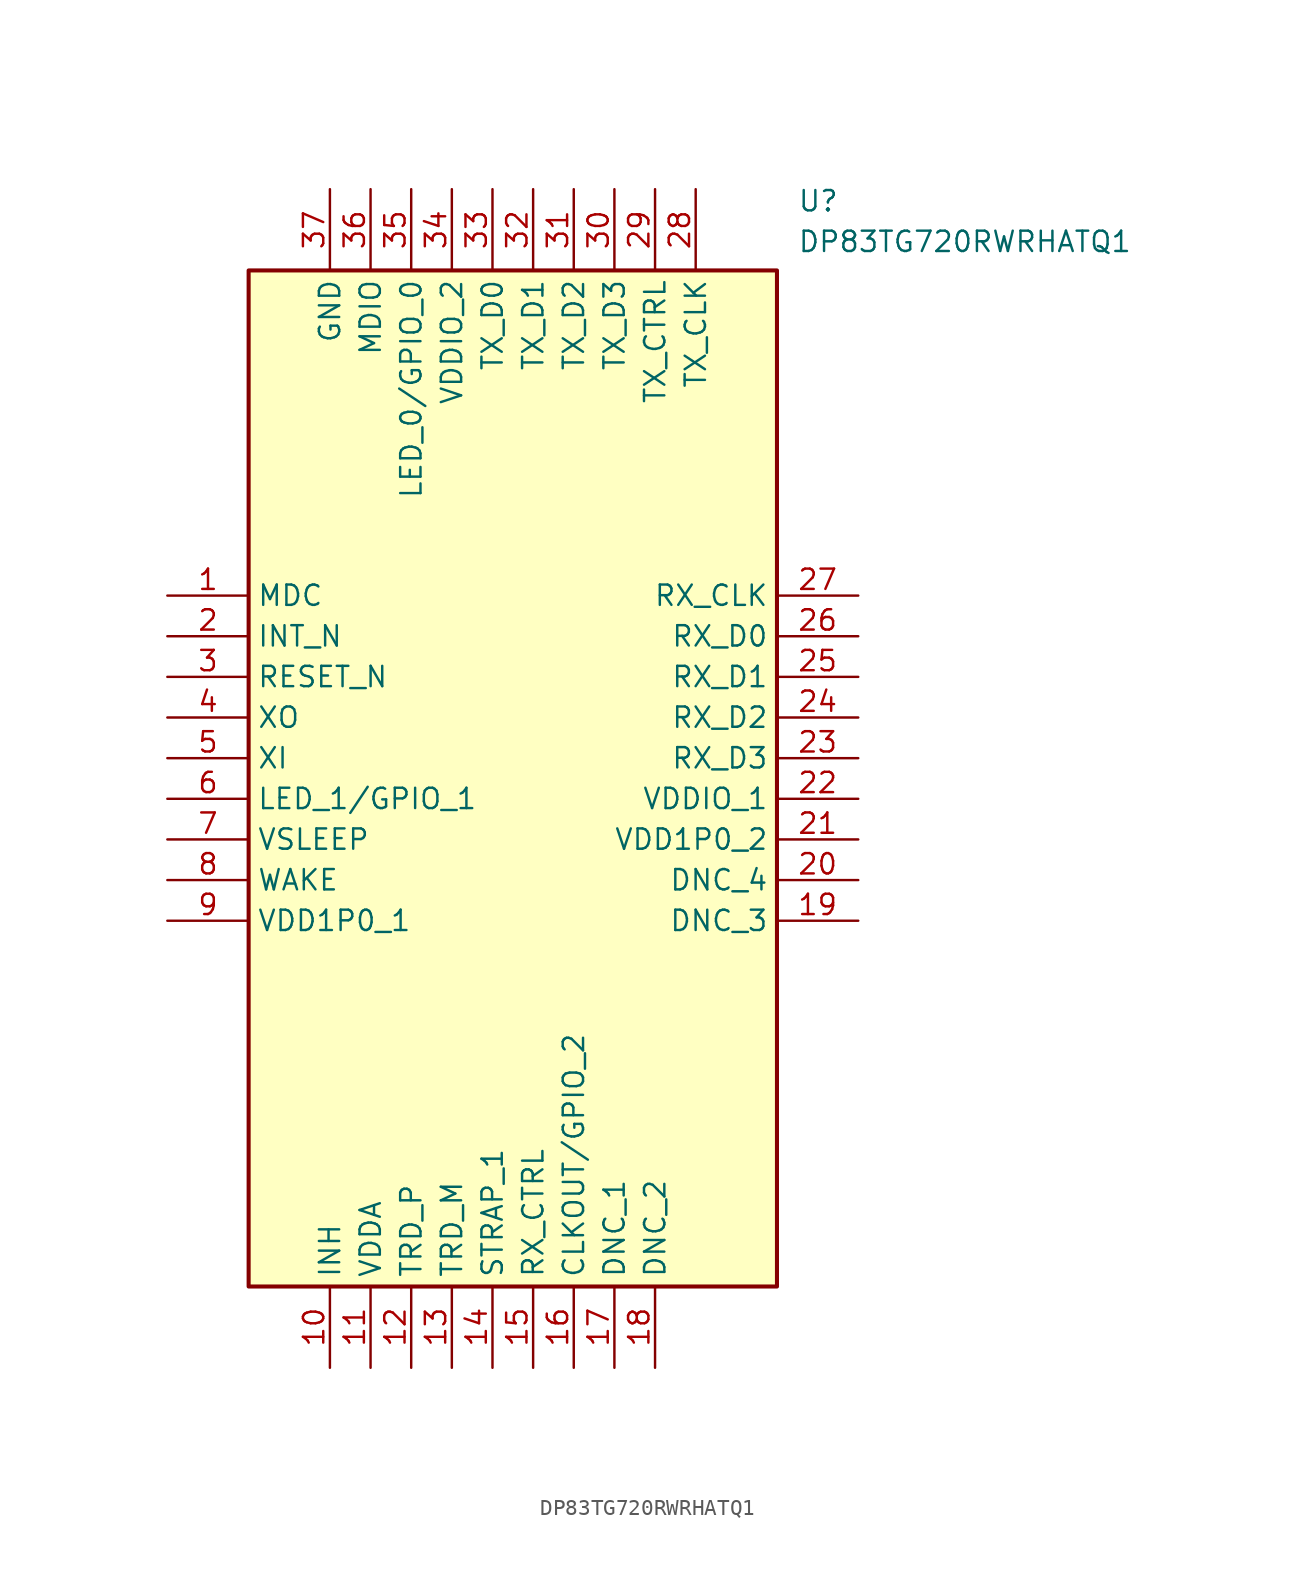
<source format=kicad_sym>
(kicad_symbol_lib
  (version 20241209)
  (generator "kicad_symbol_editor")
  (generator_version "9.0")
  (symbol "DP83TG720RWRHATQ1"
    (property "Reference" "U"
      (at 39.37 25.4 0)
      (effects (font (size 1.27 1.27)) (justify left top)))
    (property "Value" "DP83TG720RWRHATQ1"
      (at 39.37 22.86 0)
      (effects (font (size 1.27 1.27)) (justify left top)))
    (symbol "DP83TG720RWRHATQ1_1_1"
      (rectangle (start 5.08 20.32) (end 38.1 -43.18) (stroke (width 0.254) (type default)) (fill (type background)))
      (pin passive line (at 0 0 0) (length 5.08) (name "MDC" (effects (font (size 1.27 1.27)))) (number "1" (effects (font (size 1.27 1.27)))))
      (pin passive line (at 0 -2.54 0) (length 5.08) (name "INT_N" (effects (font (size 1.27 1.27)))) (number "2" (effects (font (size 1.27 1.27)))))
      (pin passive line (at 0 -5.08 0) (length 5.08) (name "RESET_N" (effects (font (size 1.27 1.27)))) (number "3" (effects (font (size 1.27 1.27)))))
      (pin passive line (at 0 -7.62 0) (length 5.08) (name "XO" (effects (font (size 1.27 1.27)))) (number "4" (effects (font (size 1.27 1.27)))))
      (pin passive line (at 0 -10.16 0) (length 5.08) (name "XI" (effects (font (size 1.27 1.27)))) (number "5" (effects (font (size 1.27 1.27)))))
      (pin passive line (at 0 -12.7 0) (length 5.08) (name "LED_1/GPIO_1" (effects (font (size 1.27 1.27)))) (number "6" (effects (font (size 1.27 1.27)))))
      (pin passive line (at 0 -15.24 0) (length 5.08) (name "VSLEEP" (effects (font (size 1.27 1.27)))) (number "7" (effects (font (size 1.27 1.27)))))
      (pin passive line (at 0 -17.78 0) (length 5.08) (name "WAKE" (effects (font (size 1.27 1.27)))) (number "8" (effects (font (size 1.27 1.27)))))
      (pin passive line (at 0 -20.32 0) (length 5.08) (name "VDD1P0_1" (effects (font (size 1.27 1.27)))) (number "9" (effects (font (size 1.27 1.27)))))
      (pin passive line (at 10.16 25.4 270) (length 5.08) (name "GND" (effects (font (size 1.27 1.27)))) (number "37" (effects (font (size 1.27 1.27)))))
      (pin passive line (at 10.16 -48.26 90) (length 5.08) (name "INH" (effects (font (size 1.27 1.27)))) (number "10" (effects (font (size 1.27 1.27)))))
      (pin passive line (at 12.7 25.4 270) (length 5.08) (name "MDIO" (effects (font (size 1.27 1.27)))) (number "36" (effects (font (size 1.27 1.27)))))
      (pin passive line (at 12.7 -48.26 90) (length 5.08) (name "VDDA" (effects (font (size 1.27 1.27)))) (number "11" (effects (font (size 1.27 1.27)))))
      (pin passive line (at 15.24 25.4 270) (length 5.08) (name "LED_0/GPIO_0" (effects (font (size 1.27 1.27)))) (number "35" (effects (font (size 1.27 1.27)))))
      (pin passive line (at 15.24 -48.26 90) (length 5.08) (name "TRD_P" (effects (font (size 1.27 1.27)))) (number "12" (effects (font (size 1.27 1.27)))))
      (pin passive line (at 17.78 25.4 270) (length 5.08) (name "VDDIO_2" (effects (font (size 1.27 1.27)))) (number "34" (effects (font (size 1.27 1.27)))))
      (pin passive line (at 17.78 -48.26 90) (length 5.08) (name "TRD_M" (effects (font (size 1.27 1.27)))) (number "13" (effects (font (size 1.27 1.27)))))
      (pin passive line (at 20.32 25.4 270) (length 5.08) (name "TX_D0" (effects (font (size 1.27 1.27)))) (number "33" (effects (font (size 1.27 1.27)))))
      (pin passive line (at 20.32 -48.26 90) (length 5.08) (name "STRAP_1" (effects (font (size 1.27 1.27)))) (number "14" (effects (font (size 1.27 1.27)))))
      (pin passive line (at 22.86 25.4 270) (length 5.08) (name "TX_D1" (effects (font (size 1.27 1.27)))) (number "32" (effects (font (size 1.27 1.27)))))
      (pin passive line (at 22.86 -48.26 90) (length 5.08) (name "RX_CTRL" (effects (font (size 1.27 1.27)))) (number "15" (effects (font (size 1.27 1.27)))))
      (pin passive line (at 25.4 25.4 270) (length 5.08) (name "TX_D2" (effects (font (size 1.27 1.27)))) (number "31" (effects (font (size 1.27 1.27)))))
      (pin passive line (at 25.4 -48.26 90) (length 5.08) (name "CLKOUT/GPIO_2" (effects (font (size 1.27 1.27)))) (number "16" (effects (font (size 1.27 1.27)))))
      (pin passive line (at 27.94 25.4 270) (length 5.08) (name "TX_D3" (effects (font (size 1.27 1.27)))) (number "30" (effects (font (size 1.27 1.27)))))
      (pin passive line (at 27.94 -48.26 90) (length 5.08) (name "DNC_1" (effects (font (size 1.27 1.27)))) (number "17" (effects (font (size 1.27 1.27)))))
      (pin passive line (at 30.48 25.4 270) (length 5.08) (name "TX_CTRL" (effects (font (size 1.27 1.27)))) (number "29" (effects (font (size 1.27 1.27)))))
      (pin passive line (at 30.48 -48.26 90) (length 5.08) (name "DNC_2" (effects (font (size 1.27 1.27)))) (number "18" (effects (font (size 1.27 1.27)))))
      (pin passive line (at 33.02 25.4 270) (length 5.08) (name "TX_CLK" (effects (font (size 1.27 1.27)))) (number "28" (effects (font (size 1.27 1.27)))))
      (pin passive line (at 43.18 0 180) (length 5.08) (name "RX_CLK" (effects (font (size 1.27 1.27)))) (number "27" (effects (font (size 1.27 1.27)))))
      (pin passive line (at 43.18 -2.54 180) (length 5.08) (name "RX_D0" (effects (font (size 1.27 1.27)))) (number "26" (effects (font (size 1.27 1.27)))))
      (pin passive line (at 43.18 -5.08 180) (length 5.08) (name "RX_D1" (effects (font (size 1.27 1.27)))) (number "25" (effects (font (size 1.27 1.27)))))
      (pin passive line (at 43.18 -7.62 180) (length 5.08) (name "RX_D2" (effects (font (size 1.27 1.27)))) (number "24" (effects (font (size 1.27 1.27)))))
      (pin passive line (at 43.18 -10.16 180) (length 5.08) (name "RX_D3" (effects (font (size 1.27 1.27)))) (number "23" (effects (font (size 1.27 1.27)))))
      (pin passive line (at 43.18 -12.7 180) (length 5.08) (name "VDDIO_1" (effects (font (size 1.27 1.27)))) (number "22" (effects (font (size 1.27 1.27)))))
      (pin passive line (at 43.18 -15.24 180) (length 5.08) (name "VDD1P0_2" (effects (font (size 1.27 1.27)))) (number "21" (effects (font (size 1.27 1.27)))))
      (pin passive line (at 43.18 -17.78 180) (length 5.08) (name "DNC_4" (effects (font (size 1.27 1.27)))) (number "20" (effects (font (size 1.27 1.27)))))
      (pin passive line (at 43.18 -20.32 180) (length 5.08) (name "DNC_3" (effects (font (size 1.27 1.27)))) (number "19" (effects (font (size 1.27 1.27))))))))
</source>
